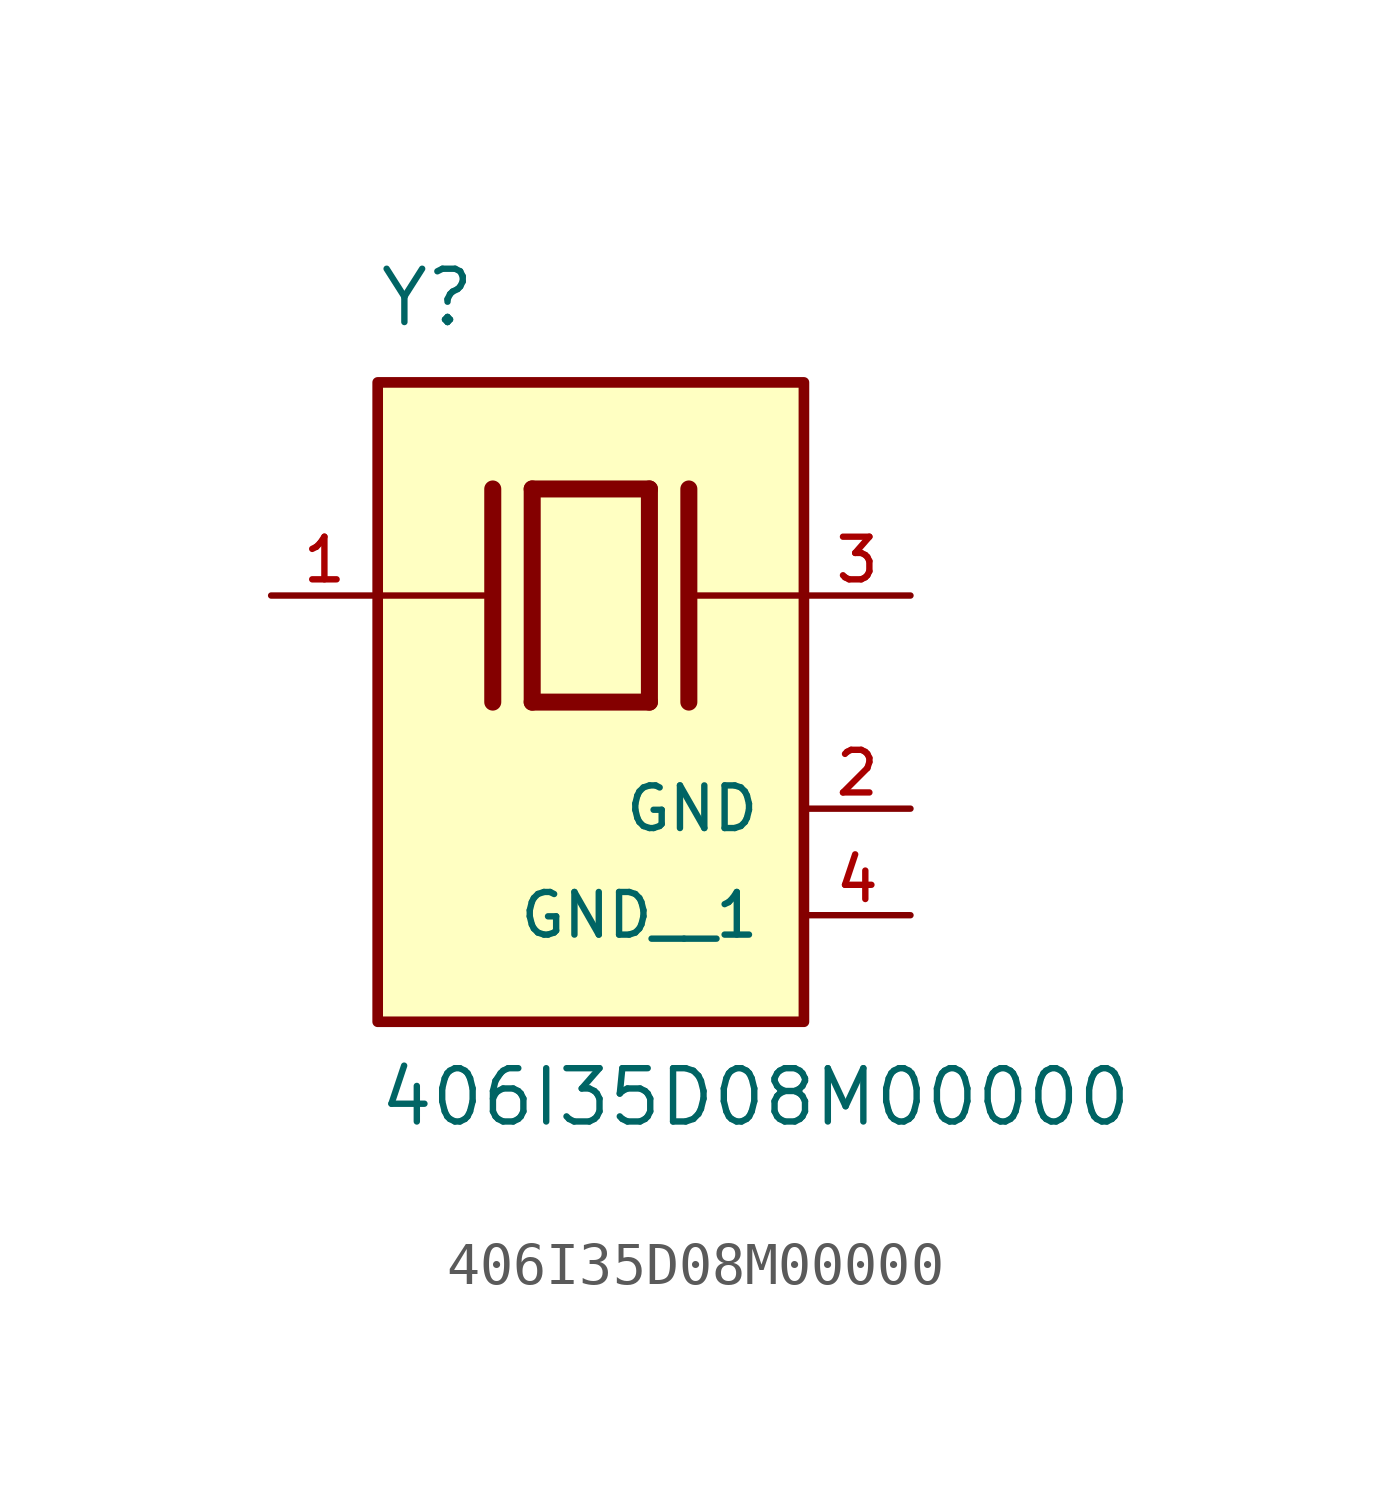
<source format=kicad_sym>
(kicad_symbol_lib
  (version 20211014)
  (generator kicad_symbol_editor)
  (symbol "406I35D08M00000"
    (pin_names
      (offset 1.016))
    (property "Reference" "Y"
      (at -5.088 6.356 0)
      (effects (font (size 1.27 1.27)) (justify bottom left)))
    (property "Value" "406I35D08M00000"
      (at -5.094 -12.7 0)
      (effects (font (size 1.27 1.27)) (justify bottom left)))
    (symbol "406I35D08M00000_0_0"
      (polyline (pts (xy -1.397 2.54) (xy 1.397 2.54)) (stroke (width 0.406)))
      (polyline (pts (xy 1.397 2.54) (xy 1.397 -2.54)) (stroke (width 0.406)))
      (polyline (pts (xy 1.397 -2.54) (xy -1.397 -2.54)) (stroke (width 0.406)))
      (polyline (pts (xy -1.397 2.54) (xy -1.397 -2.54)) (stroke (width 0.406)))
      (polyline (pts (xy 2.337 2.54) (xy 2.337 -2.54)) (stroke (width 0.406)))
      (polyline (pts (xy -2.337 2.54) (xy -2.337 -2.54)) (stroke (width 0.406)))
      (polyline (pts (xy -5.08 0.0) (xy -2.54 0.0)) (stroke (width 0.152)))
      (polyline (pts (xy 2.54 0.0) (xy 5.08 0.0)) (stroke (width 0.152)))
      (rectangle (start -5.08 -10.16) (end 5.08 5.08) (stroke (width 0.254)) (fill (type background)))
      (pin passive line (at 7.62 0.0 180.0) (length 2.54) (name "~" (effects (font (size 1.016 1.016)))) (number "3" (effects (font (size 1.016 1.016)))))
      (pin passive line (at -7.62 0.0 0) (length 2.54) (name "~" (effects (font (size 1.016 1.016)))) (number "1" (effects (font (size 1.016 1.016)))))
      (pin power_in line (at 7.62 -5.08 180.0) (length 2.54) (name "GND" (effects (font (size 1.016 1.016)))) (number "2" (effects (font (size 1.016 1.016)))))
      (pin power_in line (at 7.62 -7.62 180.0) (length 2.54) (name "GND__1" (effects (font (size 1.016 1.016)))) (number "4" (effects (font (size 1.016 1.016))))))))
</source>
